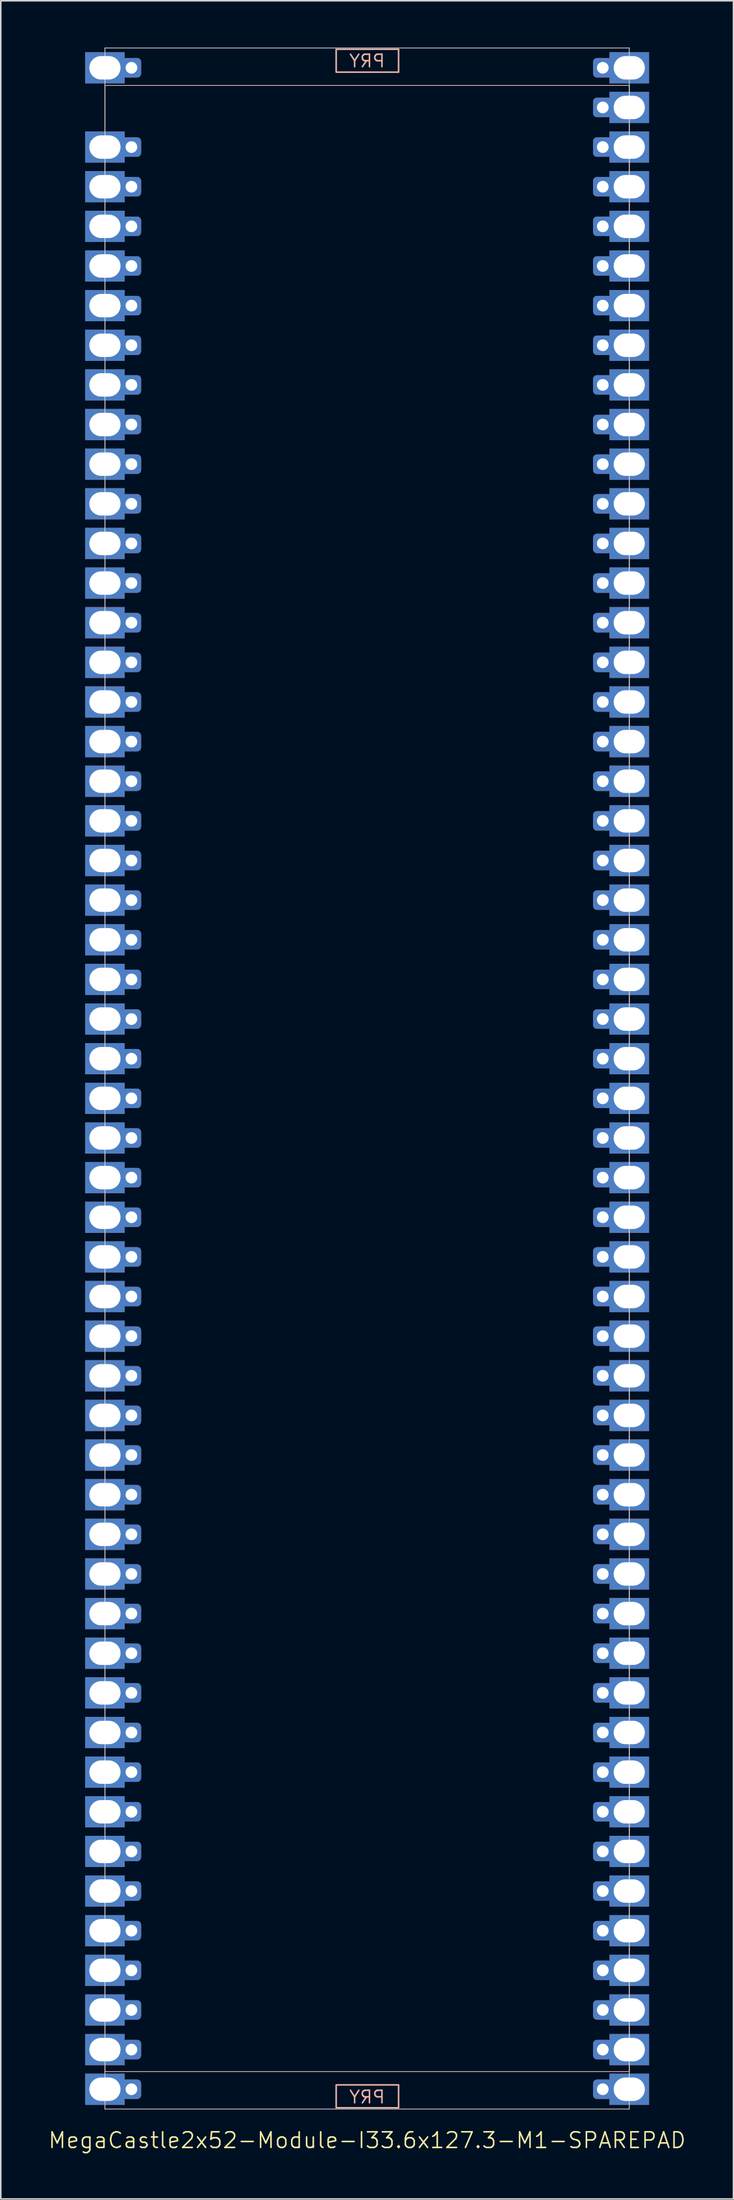
<source format=kicad_pcb>
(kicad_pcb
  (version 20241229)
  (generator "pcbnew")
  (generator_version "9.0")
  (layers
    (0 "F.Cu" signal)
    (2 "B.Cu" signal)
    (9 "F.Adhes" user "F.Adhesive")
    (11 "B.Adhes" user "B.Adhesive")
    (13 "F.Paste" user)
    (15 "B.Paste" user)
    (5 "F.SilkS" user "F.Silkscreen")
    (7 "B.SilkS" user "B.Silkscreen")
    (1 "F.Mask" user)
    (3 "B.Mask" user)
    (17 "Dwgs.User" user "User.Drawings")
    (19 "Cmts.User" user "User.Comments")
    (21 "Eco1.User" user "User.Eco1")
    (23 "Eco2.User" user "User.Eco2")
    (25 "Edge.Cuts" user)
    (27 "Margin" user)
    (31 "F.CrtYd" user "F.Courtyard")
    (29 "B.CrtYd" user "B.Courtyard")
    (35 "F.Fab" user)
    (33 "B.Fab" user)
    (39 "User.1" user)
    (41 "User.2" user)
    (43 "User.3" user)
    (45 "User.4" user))
  (footprint "MegaCastle2x52-Module-I33.6x127.3-M1-SPAREPAD"
    (layer "F.Cu")
    (at 20.502 66.065)
    (property "Reference" "MegaCastle2x52-Module-I33.6x127.3-M1-SPAREPAD" (at 0 68.04 0) (unlocked yes) (layer "F.SilkS") (effects (font (size 1 1) (thickness 0.1))))
    (attr smd)
    (fp_rect (start -16.82 63.64) (end 16.82 -63.64) (stroke (width 0.05) (type default)) (fill no) (layer "B.SilkS"))
    (fp_rect (start -1.984 -64.491) (end 2.02 -65.96) (stroke (width 0.1) (type default)) (fill no) (layer "B.SilkS"))
    (fp_rect (start -1.984 64.491) (end 2.02 65.96) (stroke (width 0.1) (type default)) (fill no) (layer "B.SilkS"))
    (fp_line (start -16.82 -66.04) (end -16.82 66.04) (stroke (width 0.05) (type default)) (layer "Edge.Cuts"))
    (fp_line (start -16.82 -66.04) (end 16.82 -66.04) (stroke (width 0.05) (type default)) (layer "Edge.Cuts"))
    (fp_line (start -16.82 66.04) (end 16.82 66.04) (stroke (width 0.05) (type default)) (layer "Edge.Cuts"))
    (fp_line (start 16.82 -66.04) (end 16.82 66.04) (stroke (width 0.05) (type default)) (layer "Edge.Cuts"))
    (fp_text user "PRY" (at 0 -64.74 0) (unlocked yes) (layer "B.SilkS") (effects (font (size 0.8 0.8) (thickness 0.1)) (justify bottom mirror)))
    (fp_text user "PRY" (at 0 65.74 0) (unlocked yes) (layer "B.SilkS") (effects (font (size 0.8 0.8) (thickness 0.1)) (justify bottom mirror)))
    (pad "1" thru_hole rect (at -16.82 -64.77) (size 2.54 2) (drill oval 2 1.5) (property pad_prop_castellated) (layers "*.Cu" "*.Mask"))
    (pad "1" thru_hole roundrect (at -15.12 -64.77 180) (size 1.25 1.25) (drill 0.75) (layers "*.Cu" "*.Mask") (roundrect_rratio 0.2))
    (pad "3" thru_hole rect (at -16.82 -59.69) (size 2.54 2) (drill oval 2 1.5) (property pad_prop_castellated) (layers "*.Cu" "*.Mask"))
    (pad "3" thru_hole roundrect (at -15.12 -59.69 180) (size 1.25 1.25) (drill 0.75) (layers "*.Cu" "*.Mask") (roundrect_rratio 0.2))
    (pad "4" thru_hole rect (at -16.82 -57.15) (size 2.54 2) (drill oval 2 1.5) (property pad_prop_castellated) (layers "*.Cu" "*.Mask"))
    (pad "4" thru_hole roundrect (at -15.12 -57.15 180) (size 1.25 1.25) (drill 0.75) (layers "*.Cu" "*.Mask") (roundrect_rratio 0.2))
    (pad "5" thru_hole rect (at -16.82 -54.61) (size 2.54 2) (drill oval 2 1.5) (property pad_prop_castellated) (layers "*.Cu" "*.Mask"))
    (pad "5" thru_hole roundrect (at -15.12 -54.61 180) (size 1.25 1.25) (drill 0.75) (layers "*.Cu" "*.Mask") (roundrect_rratio 0.2))
    (pad "6" thru_hole rect (at -16.82 -52.07) (size 2.54 2) (drill oval 2 1.5) (property pad_prop_castellated) (layers "*.Cu" "*.Mask"))
    (pad "6" thru_hole roundrect (at -15.12 -52.07 180) (size 1.25 1.25) (drill 0.75) (layers "*.Cu" "*.Mask") (roundrect_rratio 0.2))
    (pad "7" thru_hole rect (at -16.82 -49.53) (size 2.54 2) (drill oval 2 1.5) (property pad_prop_castellated) (layers "*.Cu" "*.Mask"))
    (pad "7" thru_hole roundrect (at -15.12 -49.53 180) (size 1.25 1.25) (drill 0.75) (layers "*.Cu" "*.Mask") (roundrect_rratio 0.2))
    (pad "8" thru_hole rect (at -16.82 -46.99) (size 2.54 2) (drill oval 2 1.5) (property pad_prop_castellated) (layers "*.Cu" "*.Mask"))
    (pad "8" thru_hole roundrect (at -15.12 -46.99 180) (size 1.25 1.25) (drill 0.75) (layers "*.Cu" "*.Mask") (roundrect_rratio 0.2))
    (pad "9" thru_hole rect (at -16.82 -44.45) (size 2.54 2) (drill oval 2 1.5) (property pad_prop_castellated) (layers "*.Cu" "*.Mask"))
    (pad "9" thru_hole roundrect (at -15.12 -44.45 180) (size 1.25 1.25) (drill 0.75) (layers "*.Cu" "*.Mask") (roundrect_rratio 0.2))
    (pad "10" thru_hole rect (at -16.82 -41.91) (size 2.54 2) (drill oval 2 1.5) (property pad_prop_castellated) (layers "*.Cu" "*.Mask"))
    (pad "10" thru_hole roundrect (at -15.12 -41.91 180) (size 1.25 1.25) (drill 0.75) (layers "*.Cu" "*.Mask") (roundrect_rratio 0.2))
    (pad "11" thru_hole rect (at -16.82 -39.37) (size 2.54 2) (drill oval 2 1.5) (property pad_prop_castellated) (layers "*.Cu" "*.Mask"))
    (pad "11" thru_hole roundrect (at -15.12 -39.37 180) (size 1.25 1.25) (drill 0.75) (layers "*.Cu" "*.Mask") (roundrect_rratio 0.2))
    (pad "12" thru_hole rect (at -16.82 -36.83) (size 2.54 2) (drill oval 2 1.5) (property pad_prop_castellated) (layers "*.Cu" "*.Mask"))
    (pad "12" thru_hole roundrect (at -15.12 -36.83 180) (size 1.25 1.25) (drill 0.75) (layers "*.Cu" "*.Mask") (roundrect_rratio 0.2))
    (pad "13" thru_hole rect (at -16.82 -34.29) (size 2.54 2) (drill oval 2 1.5) (property pad_prop_castellated) (layers "*.Cu" "*.Mask"))
    (pad "13" thru_hole roundrect (at -15.12 -34.29 180) (size 1.25 1.25) (drill 0.75) (layers "*.Cu" "*.Mask") (roundrect_rratio 0.2))
    (pad "14" thru_hole rect (at -16.82 -31.75) (size 2.54 2) (drill oval 2 1.5) (property pad_prop_castellated) (layers "*.Cu" "*.Mask"))
    (pad "14" thru_hole roundrect (at -15.12 -31.75 180) (size 1.25 1.25) (drill 0.75) (layers "*.Cu" "*.Mask") (roundrect_rratio 0.2))
    (pad "15" thru_hole rect (at -16.82 -29.21) (size 2.54 2) (drill oval 2 1.5) (property pad_prop_castellated) (layers "*.Cu" "*.Mask"))
    (pad "15" thru_hole roundrect (at -15.12 -29.21 180) (size 1.25 1.25) (drill 0.75) (layers "*.Cu" "*.Mask") (roundrect_rratio 0.2))
    (pad "16" thru_hole rect (at -16.82 -26.67) (size 2.54 2) (drill oval 2 1.5) (property pad_prop_castellated) (layers "*.Cu" "*.Mask"))
    (pad "16" thru_hole roundrect (at -15.12 -26.67 180) (size 1.25 1.25) (drill 0.75) (layers "*.Cu" "*.Mask") (roundrect_rratio 0.2))
    (pad "17" thru_hole rect (at -16.82 -24.13) (size 2.54 2) (drill oval 2 1.5) (property pad_prop_castellated) (layers "*.Cu" "*.Mask"))
    (pad "17" thru_hole roundrect (at -15.12 -24.13 180) (size 1.25 1.25) (drill 0.75) (layers "*.Cu" "*.Mask") (roundrect_rratio 0.2))
    (pad "18" thru_hole rect (at -16.82 -21.59) (size 2.54 2) (drill oval 2 1.5) (property pad_prop_castellated) (layers "*.Cu" "*.Mask"))
    (pad "18" thru_hole roundrect (at -15.12 -21.59 180) (size 1.25 1.25) (drill 0.75) (layers "*.Cu" "*.Mask") (roundrect_rratio 0.2))
    (pad "19" thru_hole rect (at -16.82 -19.05) (size 2.54 2) (drill oval 2 1.5) (property pad_prop_castellated) (layers "*.Cu" "*.Mask"))
    (pad "19" thru_hole roundrect (at -15.12 -19.05 180) (size 1.25 1.25) (drill 0.75) (layers "*.Cu" "*.Mask") (roundrect_rratio 0.2))
    (pad "20" thru_hole rect (at -16.82 -16.51) (size 2.54 2) (drill oval 2 1.5) (property pad_prop_castellated) (layers "*.Cu" "*.Mask"))
    (pad "20" thru_hole roundrect (at -15.12 -16.51 180) (size 1.25 1.25) (drill 0.75) (layers "*.Cu" "*.Mask") (roundrect_rratio 0.2))
    (pad "21" thru_hole rect (at -16.82 -13.97) (size 2.54 2) (drill oval 2 1.5) (property pad_prop_castellated) (layers "*.Cu" "*.Mask"))
    (pad "21" thru_hole roundrect (at -15.12 -13.97 180) (size 1.25 1.25) (drill 0.75) (layers "*.Cu" "*.Mask") (roundrect_rratio 0.2))
    (pad "22" thru_hole rect (at -16.82 -11.43) (size 2.54 2) (drill oval 2 1.5) (property pad_prop_castellated) (layers "*.Cu" "*.Mask"))
    (pad "22" thru_hole roundrect (at -15.12 -11.43 180) (size 1.25 1.25) (drill 0.75) (layers "*.Cu" "*.Mask") (roundrect_rratio 0.2))
    (pad "23" thru_hole rect (at -16.82 -8.89) (size 2.54 2) (drill oval 2 1.5) (property pad_prop_castellated) (layers "*.Cu" "*.Mask"))
    (pad "23" thru_hole roundrect (at -15.12 -8.89 180) (size 1.25 1.25) (drill 0.75) (layers "*.Cu" "*.Mask") (roundrect_rratio 0.2))
    (pad "24" thru_hole rect (at -16.82 -6.35) (size 2.54 2) (drill oval 2 1.5) (property pad_prop_castellated) (layers "*.Cu" "*.Mask"))
    (pad "24" thru_hole roundrect (at -15.12 -6.35 180) (size 1.25 1.25) (drill 0.75) (layers "*.Cu" "*.Mask") (roundrect_rratio 0.2))
    (pad "25" thru_hole rect (at -16.82 -3.81) (size 2.54 2) (drill oval 2 1.5) (property pad_prop_castellated) (layers "*.Cu" "*.Mask"))
    (pad "25" thru_hole roundrect (at -15.12 -3.81 180) (size 1.25 1.25) (drill 0.75) (layers "*.Cu" "*.Mask") (roundrect_rratio 0.2))
    (pad "26" thru_hole rect (at -16.82 -1.27) (size 2.54 2) (drill oval 2 1.5) (property pad_prop_castellated) (layers "*.Cu" "*.Mask"))
    (pad "26" thru_hole roundrect (at -15.12 -1.27 180) (size 1.25 1.25) (drill 0.75) (layers "*.Cu" "*.Mask") (roundrect_rratio 0.2))
    (pad "27" thru_hole rect (at -16.82 1.27) (size 2.54 2) (drill oval 2 1.5) (property pad_prop_castellated) (layers "*.Cu" "*.Mask"))
    (pad "27" thru_hole roundrect (at -15.12 1.27 180) (size 1.25 1.25) (drill 0.75) (layers "*.Cu" "*.Mask") (roundrect_rratio 0.2))
    (pad "28" thru_hole rect (at -16.82 3.81) (size 2.54 2) (drill oval 2 1.5) (property pad_prop_castellated) (layers "*.Cu" "*.Mask"))
    (pad "28" thru_hole roundrect (at -15.12 3.81 180) (size 1.25 1.25) (drill 0.75) (layers "*.Cu" "*.Mask") (roundrect_rratio 0.2))
    (pad "29" thru_hole rect (at -16.82 6.35) (size 2.54 2) (drill oval 2 1.5) (property pad_prop_castellated) (layers "*.Cu" "*.Mask"))
    (pad "29" thru_hole roundrect (at -15.12 6.35 180) (size 1.25 1.25) (drill 0.75) (layers "*.Cu" "*.Mask") (roundrect_rratio 0.2))
    (pad "30" thru_hole rect (at -16.82 8.89) (size 2.54 2) (drill oval 2 1.5) (property pad_prop_castellated) (layers "*.Cu" "*.Mask"))
    (pad "30" thru_hole roundrect (at -15.12 8.89 180) (size 1.25 1.25) (drill 0.75) (layers "*.Cu" "*.Mask") (roundrect_rratio 0.2))
    (pad "31" thru_hole rect (at -16.82 11.43) (size 2.54 2) (drill oval 2 1.5) (property pad_prop_castellated) (layers "*.Cu" "*.Mask"))
    (pad "31" thru_hole roundrect (at -15.12 11.43 180) (size 1.25 1.25) (drill 0.75) (layers "*.Cu" "*.Mask") (roundrect_rratio 0.2))
    (pad "32" thru_hole rect (at -16.82 13.97) (size 2.54 2) (drill oval 2 1.5) (property pad_prop_castellated) (layers "*.Cu" "*.Mask"))
    (pad "32" thru_hole roundrect (at -15.12 13.97 180) (size 1.25 1.25) (drill 0.75) (layers "*.Cu" "*.Mask") (roundrect_rratio 0.2))
    (pad "33" thru_hole rect (at -16.82 16.51) (size 2.54 2) (drill oval 2 1.5) (property pad_prop_castellated) (layers "*.Cu" "*.Mask"))
    (pad "33" thru_hole roundrect (at -15.12 16.51 180) (size 1.25 1.25) (drill 0.75) (layers "*.Cu" "*.Mask") (roundrect_rratio 0.2))
    (pad "34" thru_hole rect (at -16.82 19.05) (size 2.54 2) (drill oval 2 1.5) (property pad_prop_castellated) (layers "*.Cu" "*.Mask"))
    (pad "34" thru_hole roundrect (at -15.12 19.05 180) (size 1.25 1.25) (drill 0.75) (layers "*.Cu" "*.Mask") (roundrect_rratio 0.2))
    (pad "35" thru_hole rect (at -16.82 21.59) (size 2.54 2) (drill oval 2 1.5) (property pad_prop_castellated) (layers "*.Cu" "*.Mask"))
    (pad "35" thru_hole roundrect (at -15.12 21.59 180) (size 1.25 1.25) (drill 0.75) (layers "*.Cu" "*.Mask") (roundrect_rratio 0.2))
    (pad "36" thru_hole rect (at -16.82 24.13) (size 2.54 2) (drill oval 2 1.5) (property pad_prop_castellated) (layers "*.Cu" "*.Mask"))
    (pad "36" thru_hole roundrect (at -15.12 24.13 180) (size 1.25 1.25) (drill 0.75) (layers "*.Cu" "*.Mask") (roundrect_rratio 0.2))
    (pad "37" thru_hole rect (at -16.82 26.67) (size 2.54 2) (drill oval 2 1.5) (property pad_prop_castellated) (layers "*.Cu" "*.Mask"))
    (pad "37" thru_hole roundrect (at -15.12 26.67 180) (size 1.25 1.25) (drill 0.75) (layers "*.Cu" "*.Mask") (roundrect_rratio 0.2))
    (pad "38" thru_hole rect (at -16.82 29.21) (size 2.54 2) (drill oval 2 1.5) (property pad_prop_castellated) (layers "*.Cu" "*.Mask"))
    (pad "38" thru_hole roundrect (at -15.12 29.21 180) (size 1.25 1.25) (drill 0.75) (layers "*.Cu" "*.Mask") (roundrect_rratio 0.2))
    (pad "39" thru_hole rect (at -16.82 31.75) (size 2.54 2) (drill oval 2 1.5) (property pad_prop_castellated) (layers "*.Cu" "*.Mask"))
    (pad "39" thru_hole roundrect (at -15.12 31.75 180) (size 1.25 1.25) (drill 0.75) (layers "*.Cu" "*.Mask") (roundrect_rratio 0.2))
    (pad "40" thru_hole rect (at -16.82 34.29) (size 2.54 2) (drill oval 2 1.5) (property pad_prop_castellated) (layers "*.Cu" "*.Mask"))
    (pad "40" thru_hole roundrect (at -15.12 34.29 180) (size 1.25 1.25) (drill 0.75) (layers "*.Cu" "*.Mask") (roundrect_rratio 0.2))
    (pad "41" thru_hole rect (at -16.82 36.83) (size 2.54 2) (drill oval 2 1.5) (property pad_prop_castellated) (layers "*.Cu" "*.Mask"))
    (pad "41" thru_hole roundrect (at -15.12 36.83 180) (size 1.25 1.25) (drill 0.75) (layers "*.Cu" "*.Mask") (roundrect_rratio 0.2))
    (pad "42" thru_hole rect (at -16.82 39.37) (size 2.54 2) (drill oval 2 1.5) (property pad_prop_castellated) (layers "*.Cu" "*.Mask"))
    (pad "42" thru_hole roundrect (at -15.12 39.37 180) (size 1.25 1.25) (drill 0.75) (layers "*.Cu" "*.Mask") (roundrect_rratio 0.2))
    (pad "43" thru_hole rect (at -16.82 41.91) (size 2.54 2) (drill oval 2 1.5) (property pad_prop_castellated) (layers "*.Cu" "*.Mask"))
    (pad "43" thru_hole roundrect (at -15.12 41.91 180) (size 1.25 1.25) (drill 0.75) (layers "*.Cu" "*.Mask") (roundrect_rratio 0.2))
    (pad "44" thru_hole rect (at -16.82 44.45) (size 2.54 2) (drill oval 2 1.5) (property pad_prop_castellated) (layers "*.Cu" "*.Mask"))
    (pad "44" thru_hole roundrect (at -15.12 44.45 180) (size 1.25 1.25) (drill 0.75) (layers "*.Cu" "*.Mask") (roundrect_rratio 0.2))
    (pad "45" thru_hole rect (at -16.82 46.99) (size 2.54 2) (drill oval 2 1.5) (property pad_prop_castellated) (layers "*.Cu" "*.Mask"))
    (pad "45" thru_hole roundrect (at -15.12 46.99 180) (size 1.25 1.25) (drill 0.75) (layers "*.Cu" "*.Mask") (roundrect_rratio 0.2))
    (pad "46" thru_hole rect (at -16.82 49.53) (size 2.54 2) (drill oval 2 1.5) (property pad_prop_castellated) (layers "*.Cu" "*.Mask"))
    (pad "46" thru_hole roundrect (at -15.12 49.53 180) (size 1.25 1.25) (drill 0.75) (layers "*.Cu" "*.Mask") (roundrect_rratio 0.2))
    (pad "47" thru_hole rect (at -16.82 52.07) (size 2.54 2) (drill oval 2 1.5) (property pad_prop_castellated) (layers "*.Cu" "*.Mask"))
    (pad "47" thru_hole roundrect (at -15.12 52.07 180) (size 1.25 1.25) (drill 0.75) (layers "*.Cu" "*.Mask") (roundrect_rratio 0.2))
    (pad "48" thru_hole rect (at -16.82 54.61) (size 2.54 2) (drill oval 2 1.5) (property pad_prop_castellated) (layers "*.Cu" "*.Mask"))
    (pad "48" thru_hole roundrect (at -15.12 54.61 180) (size 1.25 1.25) (drill 0.75) (layers "*.Cu" "*.Mask") (roundrect_rratio 0.2))
    (pad "49" thru_hole rect (at -16.82 57.15) (size 2.54 2) (drill oval 2 1.5) (property pad_prop_castellated) (layers "*.Cu" "*.Mask"))
    (pad "49" thru_hole roundrect (at -15.12 57.15 180) (size 1.25 1.25) (drill 0.75) (layers "*.Cu" "*.Mask") (roundrect_rratio 0.2))
    (pad "50" thru_hole rect (at -16.82 59.69) (size 2.54 2) (drill oval 2 1.5) (property pad_prop_castellated) (layers "*.Cu" "*.Mask"))
    (pad "50" thru_hole roundrect (at -15.12 59.69 180) (size 1.25 1.25) (drill 0.75) (layers "*.Cu" "*.Mask") (roundrect_rratio 0.2))
    (pad "51" thru_hole rect (at -16.82 62.23) (size 2.54 2) (drill oval 2 1.5) (property pad_prop_castellated) (layers "*.Cu" "*.Mask"))
    (pad "51" thru_hole roundrect (at -15.12 62.23 180) (size 1.25 1.25) (drill 0.75) (layers "*.Cu" "*.Mask") (roundrect_rratio 0.2))
    (pad "52" thru_hole rect (at -16.82 64.77) (size 2.54 2) (drill oval 2 1.5) (property pad_prop_castellated) (layers "*.Cu" "*.Mask"))
    (pad "52" thru_hole roundrect (at -15.12 64.77 180) (size 1.25 1.25) (drill 0.75) (layers "*.Cu" "*.Mask") (roundrect_rratio 0.2))
    (pad "53" thru_hole roundrect (at 15.12 -64.77 180) (size 1.25 1.25) (drill 0.75) (layers "*.Cu" "*.Mask") (roundrect_rratio 0.2))
    (pad "53" thru_hole rect (at 16.82 -64.77) (size 2.54 2) (drill oval 2 1.5) (property pad_prop_castellated) (layers "*.Cu" "*.Mask"))
    (pad "54" thru_hole roundrect (at 15.12 -62.23 180) (size 1.25 1.25) (drill 0.75) (layers "*.Cu" "*.Mask") (roundrect_rratio 0.2))
    (pad "54" thru_hole rect (at 16.82 -62.23) (size 2.54 2) (drill oval 2 1.5) (property pad_prop_castellated) (layers "*.Cu" "*.Mask"))
    (pad "55" thru_hole roundrect (at 15.12 -59.69 180) (size 1.25 1.25) (drill 0.75) (layers "*.Cu" "*.Mask") (roundrect_rratio 0.2))
    (pad "55" thru_hole rect (at 16.82 -59.69) (size 2.54 2) (drill oval 2 1.5) (property pad_prop_castellated) (layers "*.Cu" "*.Mask"))
    (pad "56" thru_hole roundrect (at 15.12 -57.15 180) (size 1.25 1.25) (drill 0.75) (layers "*.Cu" "*.Mask") (roundrect_rratio 0.2))
    (pad "56" thru_hole rect (at 16.82 -57.15) (size 2.54 2) (drill oval 2 1.5) (property pad_prop_castellated) (layers "*.Cu" "*.Mask"))
    (pad "57" thru_hole roundrect (at 15.12 -54.61 180) (size 1.25 1.25) (drill 0.75) (layers "*.Cu" "*.Mask") (roundrect_rratio 0.2))
    (pad "57" thru_hole rect (at 16.82 -54.61) (size 2.54 2) (drill oval 2 1.5) (property pad_prop_castellated) (layers "*.Cu" "*.Mask"))
    (pad "58" thru_hole roundrect (at 15.12 -52.07 180) (size 1.25 1.25) (drill 0.75) (layers "*.Cu" "*.Mask") (roundrect_rratio 0.2))
    (pad "58" thru_hole rect (at 16.82 -52.07) (size 2.54 2) (drill oval 2 1.5) (property pad_prop_castellated) (layers "*.Cu" "*.Mask"))
    (pad "59" thru_hole roundrect (at 15.12 -49.53 180) (size 1.25 1.25) (drill 0.75) (layers "*.Cu" "*.Mask") (roundrect_rratio 0.2))
    (pad "59" thru_hole rect (at 16.82 -49.53) (size 2.54 2) (drill oval 2 1.5) (property pad_prop_castellated) (layers "*.Cu" "*.Mask"))
    (pad "60" thru_hole roundrect (at 15.12 -46.99 180) (size 1.25 1.25) (drill 0.75) (layers "*.Cu" "*.Mask") (roundrect_rratio 0.2))
    (pad "60" thru_hole rect (at 16.82 -46.99) (size 2.54 2) (drill oval 2 1.5) (property pad_prop_castellated) (layers "*.Cu" "*.Mask"))
    (pad "61" thru_hole roundrect (at 15.12 -44.45 180) (size 1.25 1.25) (drill 0.75) (layers "*.Cu" "*.Mask") (roundrect_rratio 0.2))
    (pad "61" thru_hole rect (at 16.82 -44.45) (size 2.54 2) (drill oval 2 1.5) (property pad_prop_castellated) (layers "*.Cu" "*.Mask"))
    (pad "62" thru_hole roundrect (at 15.12 -41.91 180) (size 1.25 1.25) (drill 0.75) (layers "*.Cu" "*.Mask") (roundrect_rratio 0.2))
    (pad "62" thru_hole rect (at 16.82 -41.91) (size 2.54 2) (drill oval 2 1.5) (property pad_prop_castellated) (layers "*.Cu" "*.Mask"))
    (pad "63" thru_hole roundrect (at 15.12 -39.37 180) (size 1.25 1.25) (drill 0.75) (layers "*.Cu" "*.Mask") (roundrect_rratio 0.2))
    (pad "63" thru_hole rect (at 16.82 -39.37) (size 2.54 2) (drill oval 2 1.5) (property pad_prop_castellated) (layers "*.Cu" "*.Mask"))
    (pad "64" thru_hole roundrect (at 15.12 -36.83 180) (size 1.25 1.25) (drill 0.75) (layers "*.Cu" "*.Mask") (roundrect_rratio 0.2))
    (pad "64" thru_hole rect (at 16.82 -36.83) (size 2.54 2) (drill oval 2 1.5) (property pad_prop_castellated) (layers "*.Cu" "*.Mask"))
    (pad "65" thru_hole roundrect (at 15.12 -34.29 180) (size 1.25 1.25) (drill 0.75) (layers "*.Cu" "*.Mask") (roundrect_rratio 0.2))
    (pad "65" thru_hole rect (at 16.82 -34.29) (size 2.54 2) (drill oval 2 1.5) (property pad_prop_castellated) (layers "*.Cu" "*.Mask"))
    (pad "66" thru_hole roundrect (at 15.12 -31.75 180) (size 1.25 1.25) (drill 0.75) (layers "*.Cu" "*.Mask") (roundrect_rratio 0.2))
    (pad "66" thru_hole rect (at 16.82 -31.75) (size 2.54 2) (drill oval 2 1.5) (property pad_prop_castellated) (layers "*.Cu" "*.Mask"))
    (pad "67" thru_hole roundrect (at 15.12 -29.21 180) (size 1.25 1.25) (drill 0.75) (layers "*.Cu" "*.Mask") (roundrect_rratio 0.2))
    (pad "67" thru_hole rect (at 16.82 -29.21) (size 2.54 2) (drill oval 2 1.5) (property pad_prop_castellated) (layers "*.Cu" "*.Mask"))
    (pad "68" thru_hole roundrect (at 15.12 -26.67 180) (size 1.25 1.25) (drill 0.75) (layers "*.Cu" "*.Mask") (roundrect_rratio 0.2))
    (pad "68" thru_hole rect (at 16.82 -26.67) (size 2.54 2) (drill oval 2 1.5) (property pad_prop_castellated) (layers "*.Cu" "*.Mask"))
    (pad "69" thru_hole roundrect (at 15.12 -24.13 180) (size 1.25 1.25) (drill 0.75) (layers "*.Cu" "*.Mask") (roundrect_rratio 0.2))
    (pad "69" thru_hole rect (at 16.82 -24.13) (size 2.54 2) (drill oval 2 1.5) (property pad_prop_castellated) (layers "*.Cu" "*.Mask"))
    (pad "70" thru_hole roundrect (at 15.12 -21.59 180) (size 1.25 1.25) (drill 0.75) (layers "*.Cu" "*.Mask") (roundrect_rratio 0.2))
    (pad "70" thru_hole rect (at 16.82 -21.59) (size 2.54 2) (drill oval 2 1.5) (property pad_prop_castellated) (layers "*.Cu" "*.Mask"))
    (pad "71" thru_hole roundrect (at 15.12 -19.05 180) (size 1.25 1.25) (drill 0.75) (layers "*.Cu" "*.Mask") (roundrect_rratio 0.2))
    (pad "71" thru_hole rect (at 16.82 -19.05) (size 2.54 2) (drill oval 2 1.5) (property pad_prop_castellated) (layers "*.Cu" "*.Mask"))
    (pad "72" thru_hole roundrect (at 15.12 -16.51 180) (size 1.25 1.25) (drill 0.75) (layers "*.Cu" "*.Mask") (roundrect_rratio 0.2))
    (pad "72" thru_hole rect (at 16.82 -16.51) (size 2.54 2) (drill oval 2 1.5) (property pad_prop_castellated) (layers "*.Cu" "*.Mask"))
    (pad "73" thru_hole roundrect (at 15.12 -13.97 180) (size 1.25 1.25) (drill 0.75) (layers "*.Cu" "*.Mask") (roundrect_rratio 0.2))
    (pad "73" thru_hole rect (at 16.82 -13.97) (size 2.54 2) (drill oval 2 1.5) (property pad_prop_castellated) (layers "*.Cu" "*.Mask"))
    (pad "74" thru_hole roundrect (at 15.12 -11.43 180) (size 1.25 1.25) (drill 0.75) (layers "*.Cu" "*.Mask") (roundrect_rratio 0.2))
    (pad "74" thru_hole rect (at 16.82 -11.43) (size 2.54 2) (drill oval 2 1.5) (property pad_prop_castellated) (layers "*.Cu" "*.Mask"))
    (pad "75" thru_hole roundrect (at 15.12 -8.89 180) (size 1.25 1.25) (drill 0.75) (layers "*.Cu" "*.Mask") (roundrect_rratio 0.2))
    (pad "75" thru_hole rect (at 16.82 -8.89) (size 2.54 2) (drill oval 2 1.5) (property pad_prop_castellated) (layers "*.Cu" "*.Mask"))
    (pad "76" thru_hole roundrect (at 15.12 -6.35 180) (size 1.25 1.25) (drill 0.75) (layers "*.Cu" "*.Mask") (roundrect_rratio 0.2))
    (pad "76" thru_hole rect (at 16.82 -6.35) (size 2.54 2) (drill oval 2 1.5) (property pad_prop_castellated) (layers "*.Cu" "*.Mask"))
    (pad "77" thru_hole roundrect (at 15.12 -3.81 180) (size 1.25 1.25) (drill 0.75) (layers "*.Cu" "*.Mask") (roundrect_rratio 0.2))
    (pad "77" thru_hole rect (at 16.82 -3.81) (size 2.54 2) (drill oval 2 1.5) (property pad_prop_castellated) (layers "*.Cu" "*.Mask"))
    (pad "78" thru_hole roundrect (at 15.12 -1.27 180) (size 1.25 1.25) (drill 0.75) (layers "*.Cu" "*.Mask") (roundrect_rratio 0.2))
    (pad "78" thru_hole rect (at 16.82 -1.27) (size 2.54 2) (drill oval 2 1.5) (property pad_prop_castellated) (layers "*.Cu" "*.Mask"))
    (pad "79" thru_hole roundrect (at 15.12 1.27 180) (size 1.25 1.25) (drill 0.75) (layers "*.Cu" "*.Mask") (roundrect_rratio 0.2))
    (pad "79" thru_hole rect (at 16.82 1.27) (size 2.54 2) (drill oval 2 1.5) (property pad_prop_castellated) (layers "*.Cu" "*.Mask"))
    (pad "80" thru_hole roundrect (at 15.12 3.81 180) (size 1.25 1.25) (drill 0.75) (layers "*.Cu" "*.Mask") (roundrect_rratio 0.2))
    (pad "80" thru_hole rect (at 16.82 3.81) (size 2.54 2) (drill oval 2 1.5) (property pad_prop_castellated) (layers "*.Cu" "*.Mask"))
    (pad "81" thru_hole roundrect (at 15.12 6.35 180) (size 1.25 1.25) (drill 0.75) (layers "*.Cu" "*.Mask") (roundrect_rratio 0.2))
    (pad "81" thru_hole rect (at 16.82 6.35) (size 2.54 2) (drill oval 2 1.5) (property pad_prop_castellated) (layers "*.Cu" "*.Mask"))
    (pad "82" thru_hole roundrect (at 15.12 8.89 180) (size 1.25 1.25) (drill 0.75) (layers "*.Cu" "*.Mask") (roundrect_rratio 0.2))
    (pad "82" thru_hole rect (at 16.82 8.89) (size 2.54 2) (drill oval 2 1.5) (property pad_prop_castellated) (layers "*.Cu" "*.Mask"))
    (pad "83" thru_hole roundrect (at 15.12 11.43 180) (size 1.25 1.25) (drill 0.75) (layers "*.Cu" "*.Mask") (roundrect_rratio 0.2))
    (pad "83" thru_hole rect (at 16.82 11.43) (size 2.54 2) (drill oval 2 1.5) (property pad_prop_castellated) (layers "*.Cu" "*.Mask"))
    (pad "84" thru_hole roundrect (at 15.12 13.97 180) (size 1.25 1.25) (drill 0.75) (layers "*.Cu" "*.Mask") (roundrect_rratio 0.2))
    (pad "84" thru_hole rect (at 16.82 13.97) (size 2.54 2) (drill oval 2 1.5) (property pad_prop_castellated) (layers "*.Cu" "*.Mask"))
    (pad "85" thru_hole roundrect (at 15.12 16.51 180) (size 1.25 1.25) (drill 0.75) (layers "*.Cu" "*.Mask") (roundrect_rratio 0.2))
    (pad "85" thru_hole rect (at 16.82 16.51) (size 2.54 2) (drill oval 2 1.5) (property pad_prop_castellated) (layers "*.Cu" "*.Mask"))
    (pad "86" thru_hole roundrect (at 15.12 19.05 180) (size 1.25 1.25) (drill 0.75) (layers "*.Cu" "*.Mask") (roundrect_rratio 0.2))
    (pad "86" thru_hole rect (at 16.82 19.05) (size 2.54 2) (drill oval 2 1.5) (property pad_prop_castellated) (layers "*.Cu" "*.Mask"))
    (pad "87" thru_hole roundrect (at 15.12 21.59 180) (size 1.25 1.25) (drill 0.75) (layers "*.Cu" "*.Mask") (roundrect_rratio 0.2))
    (pad "87" thru_hole rect (at 16.82 21.59) (size 2.54 2) (drill oval 2 1.5) (property pad_prop_castellated) (layers "*.Cu" "*.Mask"))
    (pad "88" thru_hole roundrect (at 15.12 24.13 180) (size 1.25 1.25) (drill 0.75) (layers "*.Cu" "*.Mask") (roundrect_rratio 0.2))
    (pad "88" thru_hole rect (at 16.82 24.13) (size 2.54 2) (drill oval 2 1.5) (property pad_prop_castellated) (layers "*.Cu" "*.Mask"))
    (pad "89" thru_hole roundrect (at 15.12 26.67 180) (size 1.25 1.25) (drill 0.75) (layers "*.Cu" "*.Mask") (roundrect_rratio 0.2))
    (pad "89" thru_hole rect (at 16.82 26.67) (size 2.54 2) (drill oval 2 1.5) (property pad_prop_castellated) (layers "*.Cu" "*.Mask"))
    (pad "90" thru_hole roundrect (at 15.12 29.21 180) (size 1.25 1.25) (drill 0.75) (layers "*.Cu" "*.Mask") (roundrect_rratio 0.2))
    (pad "90" thru_hole rect (at 16.82 29.21) (size 2.54 2) (drill oval 2 1.5) (property pad_prop_castellated) (layers "*.Cu" "*.Mask"))
    (pad "91" thru_hole roundrect (at 15.12 31.75 180) (size 1.25 1.25) (drill 0.75) (layers "*.Cu" "*.Mask") (roundrect_rratio 0.2))
    (pad "91" thru_hole rect (at 16.82 31.75) (size 2.54 2) (drill oval 2 1.5) (property pad_prop_castellated) (layers "*.Cu" "*.Mask"))
    (pad "92" thru_hole roundrect (at 15.12 34.29 180) (size 1.25 1.25) (drill 0.75) (layers "*.Cu" "*.Mask") (roundrect_rratio 0.2))
    (pad "92" thru_hole rect (at 16.82 34.29) (size 2.54 2) (drill oval 2 1.5) (property pad_prop_castellated) (layers "*.Cu" "*.Mask"))
    (pad "93" thru_hole roundrect (at 15.12 36.83 180) (size 1.25 1.25) (drill 0.75) (layers "*.Cu" "*.Mask") (roundrect_rratio 0.2))
    (pad "93" thru_hole rect (at 16.82 36.83) (size 2.54 2) (drill oval 2 1.5) (property pad_prop_castellated) (layers "*.Cu" "*.Mask"))
    (pad "94" thru_hole roundrect (at 15.12 39.37 180) (size 1.25 1.25) (drill 0.75) (layers "*.Cu" "*.Mask") (roundrect_rratio 0.2))
    (pad "94" thru_hole rect (at 16.82 39.37) (size 2.54 2) (drill oval 2 1.5) (property pad_prop_castellated) (layers "*.Cu" "*.Mask"))
    (pad "95" thru_hole roundrect (at 15.12 41.91 180) (size 1.25 1.25) (drill 0.75) (layers "*.Cu" "*.Mask") (roundrect_rratio 0.2))
    (pad "95" thru_hole rect (at 16.82 41.91) (size 2.54 2) (drill oval 2 1.5) (property pad_prop_castellated) (layers "*.Cu" "*.Mask"))
    (pad "96" thru_hole roundrect (at 15.12 44.45 180) (size 1.25 1.25) (drill 0.75) (layers "*.Cu" "*.Mask") (roundrect_rratio 0.2))
    (pad "96" thru_hole rect (at 16.82 44.45) (size 2.54 2) (drill oval 2 1.5) (property pad_prop_castellated) (layers "*.Cu" "*.Mask"))
    (pad "97" thru_hole roundrect (at 15.12 46.99 180) (size 1.25 1.25) (drill 0.75) (layers "*.Cu" "*.Mask") (roundrect_rratio 0.2))
    (pad "97" thru_hole rect (at 16.82 46.99) (size 2.54 2) (drill oval 2 1.5) (property pad_prop_castellated) (layers "*.Cu" "*.Mask"))
    (pad "98" thru_hole roundrect (at 15.12 49.53 180) (size 1.25 1.25) (drill 0.75) (layers "*.Cu" "*.Mask") (roundrect_rratio 0.2))
    (pad "98" thru_hole rect (at 16.82 49.53) (size 2.54 2) (drill oval 2 1.5) (property pad_prop_castellated) (layers "*.Cu" "*.Mask"))
    (pad "99" thru_hole roundrect (at 15.12 52.07 180) (size 1.25 1.25) (drill 0.75) (layers "*.Cu" "*.Mask") (roundrect_rratio 0.2))
    (pad "99" thru_hole rect (at 16.82 52.07) (size 2.54 2) (drill oval 2 1.5) (property pad_prop_castellated) (layers "*.Cu" "*.Mask"))
    (pad "100" thru_hole roundrect (at 15.12 54.61 180) (size 1.25 1.25) (drill 0.75) (layers "*.Cu" "*.Mask") (roundrect_rratio 0.2))
    (pad "100" thru_hole rect (at 16.82 54.61) (size 2.54 2) (drill oval 2 1.5) (property pad_prop_castellated) (layers "*.Cu" "*.Mask"))
    (pad "101" thru_hole roundrect (at 15.12 57.15 180) (size 1.25 1.25) (drill 0.75) (layers "*.Cu" "*.Mask") (roundrect_rratio 0.2))
    (pad "101" thru_hole rect (at 16.82 57.15) (size 2.54 2) (drill oval 2 1.5) (property pad_prop_castellated) (layers "*.Cu" "*.Mask"))
    (pad "102" thru_hole roundrect (at 15.12 59.69 180) (size 1.25 1.25) (drill 0.75) (layers "*.Cu" "*.Mask") (roundrect_rratio 0.2))
    (pad "102" thru_hole rect (at 16.82 59.69) (size 2.54 2) (drill oval 2 1.5) (property pad_prop_castellated) (layers "*.Cu" "*.Mask"))
    (pad "103" thru_hole roundrect (at 15.12 62.23 180) (size 1.25 1.25) (drill 0.75) (layers "*.Cu" "*.Mask") (roundrect_rratio 0.2))
    (pad "103" thru_hole rect (at 16.82 62.23) (size 2.54 2) (drill oval 2 1.5) (property pad_prop_castellated) (layers "*.Cu" "*.Mask"))
    (pad "104" thru_hole roundrect (at 15.12 64.77 180) (size 1.25 1.25) (drill 0.75) (layers "*.Cu" "*.Mask") (roundrect_rratio 0.2))
    (pad "104" thru_hole rect (at 16.82 64.77) (size 2.54 2) (drill oval 2 1.5) (property pad_prop_castellated) (layers "*.Cu" "*.Mask"))
    (zone (net_name "") (layer "B.Cu") (hatch edge 0.5) (connect_pads) (min_thickness 0.25) (filled_areas_thickness no) (keepout (tracks allowed) (vias allowed) (pads allowed) (copperpour allowed) (footprints not_allowed)) (placement (enabled no)) (fill) (polygon (pts (xy 3.682 132.105) (xy 3.682 0.025))))
    (zone (net_name "") (layer "B.Cu") (hatch edge 0.5) (connect_pads) (min_thickness 0.25) (filled_areas_thickness no) (keepout (tracks allowed) (vias allowed) (pads allowed) (copperpour allowed) (footprints not_allowed)) (placement (enabled no)) (fill) (polygon (pts (xy 37.322 132.105) (xy 37.322 0.025))))
    (zone (net_name "") (layer "B.Cu") (hatch edge 0.5) (connect_pads) (min_thickness 0.25) (filled_areas_thickness no) (keepout (tracks allowed) (vias allowed) (pads allowed) (copperpour allowed) (footprints not_allowed)) (placement (enabled no)) (fill) (polygon (pts (xy 3.682 0.025) (xy 3.682 2.425) (xy 37.322 2.425) (xy 37.322 0.025))))
    (zone (net_name "") (layer "B.Cu") (hatch edge 0.5) (connect_pads) (min_thickness 0.25) (filled_areas_thickness no) (keepout (tracks allowed) (vias allowed) (pads allowed) (copperpour allowed) (footprints not_allowed)) (placement (enabled no)) (fill) (polygon (pts (xy 3.682 132.105) (xy 3.682 129.705) (xy 37.322 129.705) (xy 37.322 132.105))))
    (zone (net_name "") (layer "B.Cu") (name "Upper Pry Zone") (hatch edge 0.5) (connect_pads) (min_thickness 0.25) (filled_areas_thickness no) (keepout (tracks not_allowed) (vias not_allowed) (pads not_allowed) (copperpour allowed) (footprints not_allowed)) (placement (enabled no)) (fill) (polygon (pts (xy 18.518 1.574) (xy 18.518 0.105) (xy 22.522 0.105) (xy 22.522 1.574))))
    (zone (net_name "") (layer "B.Cu") (name "Upper Pry Zone") (hatch edge 0.5) (connect_pads) (min_thickness 0.25) (filled_areas_thickness no) (keepout (tracks not_allowed) (vias not_allowed) (pads not_allowed) (copperpour allowed) (footprints not_allowed)) (placement (enabled no)) (fill) (polygon (pts (xy 18.518 130.556) (xy 18.518 132.025) (xy 22.522 132.025) (xy 22.522 130.556)))))
  (gr_rect
    (start -3 -3)
    (end 44.005 137.866)
    (stroke (width 0.1) (type default))
    (fill no)
    (layer "Edge.Cuts")))
</source>
